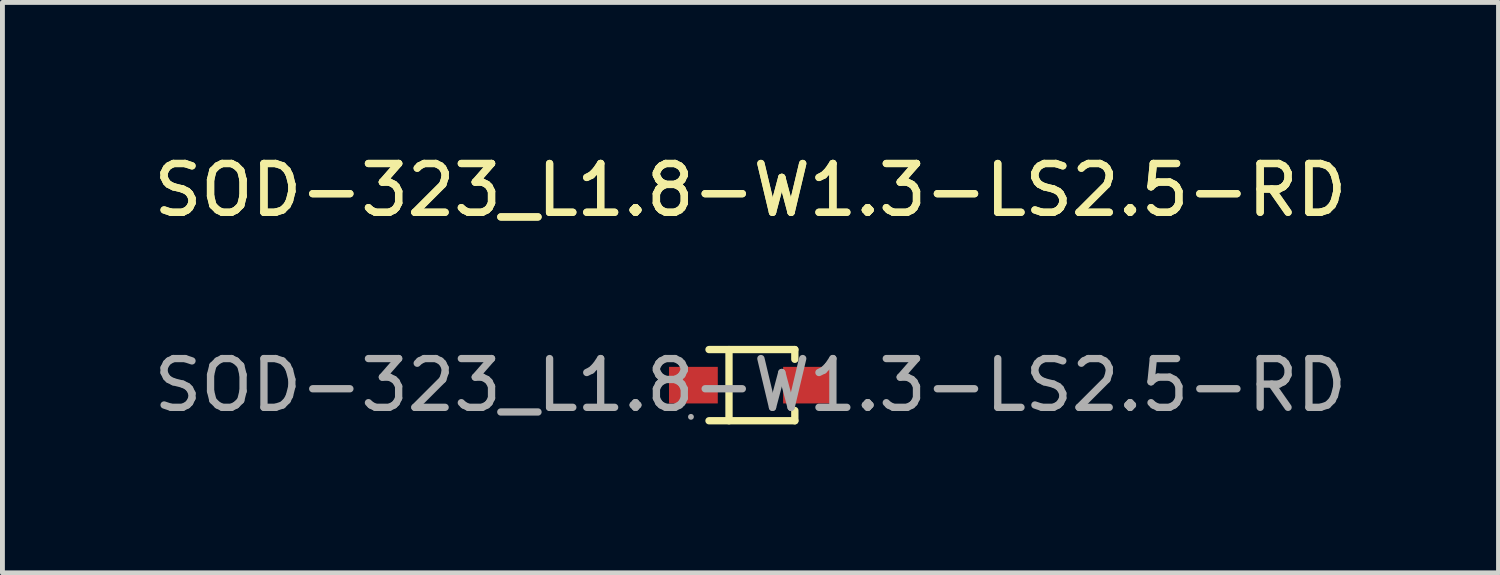
<source format=kicad_pcb>
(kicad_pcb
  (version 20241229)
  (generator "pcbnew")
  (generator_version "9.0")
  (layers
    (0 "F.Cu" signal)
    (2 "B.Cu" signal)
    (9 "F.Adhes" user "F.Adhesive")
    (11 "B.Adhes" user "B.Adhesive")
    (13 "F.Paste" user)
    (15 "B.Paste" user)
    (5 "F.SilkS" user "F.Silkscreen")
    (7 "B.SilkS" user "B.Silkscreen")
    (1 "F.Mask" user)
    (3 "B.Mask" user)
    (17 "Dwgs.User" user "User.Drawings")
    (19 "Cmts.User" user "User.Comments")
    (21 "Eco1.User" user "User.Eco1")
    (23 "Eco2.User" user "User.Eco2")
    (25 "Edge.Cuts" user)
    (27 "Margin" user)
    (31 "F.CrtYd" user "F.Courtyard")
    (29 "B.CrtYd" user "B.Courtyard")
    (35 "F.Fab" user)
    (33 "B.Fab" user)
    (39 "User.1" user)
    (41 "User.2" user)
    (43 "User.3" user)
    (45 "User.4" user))
  (footprint "SOD-323_L1.8-W1.3-LS2.5-RD"
    (layer "F.Cu")
    (at 12.339 4.848)
    (property "Reference" "SOD-323_L1.8-W1.3-LS2.5-RD" (at 0 -4 0) (layer "F.SilkS") (effects (font (size 1 1) (thickness 0.15))))
    (attr smd)
    (fp_line (start -0.85 -0.73) (end 0.91 -0.73) (stroke (width 0.15) (type solid)) (layer "F.SilkS"))
    (fp_line (start -0.85 0.73) (end 0.91 0.73) (stroke (width 0.15) (type solid)) (layer "F.SilkS"))
    (fp_line (start -0.44 -0.73) (end -0.44 0.73) (stroke (width 0.15) (type solid)) (layer "F.SilkS"))
    (fp_line (start 0.91 -0.73) (end 0.91 -0.53) (stroke (width 0.15) (type solid)) (layer "F.SilkS"))
    (fp_line (start 0.91 0.73) (end 0.91 0.52) (stroke (width 0.15) (type solid)) (layer "F.SilkS"))
    (fp_circle (center -1.22 0.65) (end -1.19 0.65) (stroke (width 0.06) (type solid)) (fill no) (layer "F.Fab"))
    (fp_text user "${REFERENCE}" (at 0 -4 0) (layer "F.SilkS") (effects (font (size 1 1) (thickness 0.15))))
    (fp_text user "${REFERENCE}" (at 0 0 0) (layer "F.Fab") (effects (font (size 1 1) (thickness 0.15))))
    (pad "1" smd rect (at -1.17 0) (size 1 0.75) (layers "F.Cu" "F.Mask" "F.Paste"))
    (pad "2" smd rect (at 1.17 0) (size 1 0.75) (layers "F.Cu" "F.Mask" "F.Paste")))
  (gr_rect
    (start -3 -3)
    (end 27.679 8.697)
    (stroke (width 0.1) (type default))
    (fill no)
    (layer "Edge.Cuts")))
</source>
